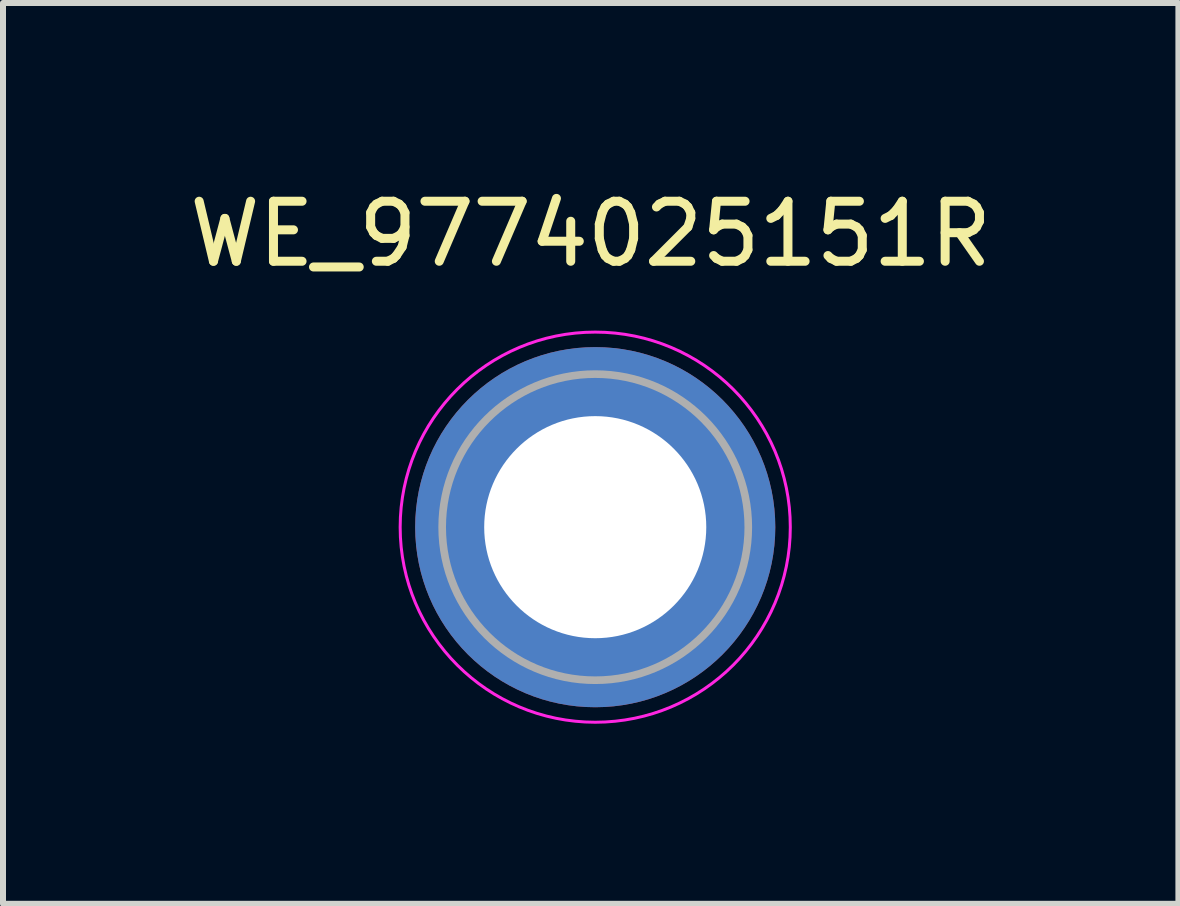
<source format=kicad_pcb>
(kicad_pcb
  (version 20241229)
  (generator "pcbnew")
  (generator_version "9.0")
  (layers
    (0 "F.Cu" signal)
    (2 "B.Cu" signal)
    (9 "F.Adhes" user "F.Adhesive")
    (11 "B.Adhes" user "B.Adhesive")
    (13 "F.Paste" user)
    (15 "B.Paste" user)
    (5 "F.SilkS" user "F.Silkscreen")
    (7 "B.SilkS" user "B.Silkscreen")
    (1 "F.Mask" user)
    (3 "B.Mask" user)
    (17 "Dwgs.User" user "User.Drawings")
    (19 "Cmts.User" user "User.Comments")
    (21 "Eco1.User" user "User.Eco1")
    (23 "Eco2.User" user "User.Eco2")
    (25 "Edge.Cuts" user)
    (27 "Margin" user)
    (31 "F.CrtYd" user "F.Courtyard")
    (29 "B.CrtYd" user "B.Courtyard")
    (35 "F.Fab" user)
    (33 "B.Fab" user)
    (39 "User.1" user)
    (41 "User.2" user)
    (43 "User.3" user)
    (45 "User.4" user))
  (footprint "WE_9774025151R"
    (layer "F.Cu")
    (at 6.867 5.733)
    (property "Reference" "WE_9774025151R" (at -0.075 -4.885 0) (layer "F.SilkS") (effects (font (size 1 1) (thickness 0.15))))
    (attr smd)
    (fp_poly (pts (xy -1.873 -0.325) (xy -2.901 -0.325) (xy -2.887 -0.439) (xy -2.864 -0.569) (xy -2.835 -0.698) (xy -2.801 -0.826) (xy -2.76 -0.952) (xy -2.715 -1.076) (xy -2.663 -1.198) (xy -2.606 -1.318) (xy -2.544 -1.434) (xy -2.476 -1.548) (xy -2.403 -1.659) (xy -2.326 -1.766) (xy -2.243 -1.87) (xy -2.156 -1.969) (xy -2.065 -2.065) (xy -1.969 -2.156) (xy -1.87 -2.243) (xy -1.766 -2.326) (xy -1.659 -2.403) (xy -1.548 -2.476) (xy -1.434 -2.544) (xy -1.318 -2.606) (xy -1.198 -2.663) (xy -1.076 -2.715) (xy -0.952 -2.76) (xy -0.826 -2.801) (xy -0.698 -2.835) (xy -0.569 -2.864) (xy -0.439 -2.887) (xy -0.325 -2.901) (xy -0.325 -1.872) (xy -0.401 -1.857) (xy -0.477 -1.839) (xy -0.551 -1.818) (xy -0.625 -1.793) (xy -0.698 -1.766) (xy -0.77 -1.736) (xy -0.84 -1.703) (xy -0.909 -1.667) (xy -0.976 -1.628) (xy -1.042 -1.587) (xy -1.106 -1.543) (xy -1.168 -1.497) (xy -1.228 -1.447) (xy -1.287 -1.396) (xy -1.343 -1.342) (xy -1.397 -1.286) (xy -1.448 -1.228) (xy -1.497 -1.168) (xy -1.544 -1.106) (xy -1.588 -1.042) (xy -1.629 -0.976) (xy -1.668 -0.908) (xy -1.704 -0.839) (xy -1.737 -0.769) (xy -1.767 -0.698) (xy -1.794 -0.625) (xy -1.818 -0.551) (xy -1.839 -0.476) (xy -1.857 -0.401) (xy -1.873 -0.325) (xy -1.873 -0.325)) (stroke (width 0.01) (type solid)) (fill yes) (layer "F.Paste"))
    (fp_poly (pts (xy -0.325 1.873) (xy -0.325 2.901) (xy -0.439 2.887) (xy -0.569 2.864) (xy -0.698 2.835) (xy -0.826 2.801) (xy -0.952 2.76) (xy -1.076 2.715) (xy -1.198 2.663) (xy -1.318 2.606) (xy -1.434 2.544) (xy -1.548 2.476) (xy -1.659 2.403) (xy -1.766 2.326) (xy -1.87 2.243) (xy -1.969 2.156) (xy -2.065 2.065) (xy -2.156 1.969) (xy -2.243 1.87) (xy -2.326 1.766) (xy -2.403 1.659) (xy -2.476 1.548) (xy -2.544 1.434) (xy -2.606 1.318) (xy -2.663 1.198) (xy -2.715 1.076) (xy -2.76 0.952) (xy -2.801 0.826) (xy -2.835 0.698) (xy -2.864 0.569) (xy -2.887 0.439) (xy -2.901 0.325) (xy -1.872 0.325) (xy -1.857 0.401) (xy -1.839 0.477) (xy -1.818 0.551) (xy -1.793 0.625) (xy -1.766 0.698) (xy -1.736 0.77) (xy -1.703 0.84) (xy -1.667 0.909) (xy -1.628 0.976) (xy -1.587 1.042) (xy -1.543 1.106) (xy -1.497 1.168) (xy -1.447 1.228) (xy -1.396 1.287) (xy -1.342 1.343) (xy -1.286 1.397) (xy -1.228 1.448) (xy -1.168 1.497) (xy -1.106 1.544) (xy -1.042 1.588) (xy -0.976 1.629) (xy -0.908 1.668) (xy -0.839 1.704) (xy -0.769 1.737) (xy -0.698 1.767) (xy -0.625 1.794) (xy -0.551 1.818) (xy -0.476 1.839) (xy -0.401 1.857) (xy -0.325 1.873) (xy -0.325 1.873)) (stroke (width 0.01) (type solid)) (fill yes) (layer "F.Paste"))
    (fp_poly (pts (xy 0.325 -1.873) (xy 0.325 -2.901) (xy 0.439 -2.887) (xy 0.569 -2.864) (xy 0.698 -2.835) (xy 0.826 -2.801) (xy 0.952 -2.76) (xy 1.076 -2.715) (xy 1.198 -2.663) (xy 1.318 -2.606) (xy 1.434 -2.544) (xy 1.548 -2.476) (xy 1.659 -2.403) (xy 1.766 -2.326) (xy 1.87 -2.243) (xy 1.969 -2.156) (xy 2.065 -2.065) (xy 2.156 -1.969) (xy 2.243 -1.87) (xy 2.326 -1.766) (xy 2.403 -1.659) (xy 2.476 -1.548) (xy 2.544 -1.434) (xy 2.606 -1.318) (xy 2.663 -1.198) (xy 2.715 -1.076) (xy 2.76 -0.952) (xy 2.801 -0.826) (xy 2.835 -0.698) (xy 2.864 -0.569) (xy 2.887 -0.439) (xy 2.901 -0.325) (xy 1.872 -0.325) (xy 1.857 -0.401) (xy 1.839 -0.477) (xy 1.818 -0.551) (xy 1.793 -0.625) (xy 1.766 -0.698) (xy 1.736 -0.77) (xy 1.703 -0.84) (xy 1.667 -0.909) (xy 1.628 -0.976) (xy 1.587 -1.042) (xy 1.543 -1.106) (xy 1.497 -1.168) (xy 1.447 -1.228) (xy 1.396 -1.287) (xy 1.342 -1.343) (xy 1.286 -1.397) (xy 1.228 -1.448) (xy 1.168 -1.497) (xy 1.106 -1.544) (xy 1.042 -1.588) (xy 0.976 -1.629) (xy 0.908 -1.668) (xy 0.839 -1.704) (xy 0.769 -1.737) (xy 0.698 -1.767) (xy 0.625 -1.794) (xy 0.551 -1.818) (xy 0.476 -1.839) (xy 0.401 -1.857) (xy 0.325 -1.873) (xy 0.325 -1.873)) (stroke (width 0.01) (type solid)) (fill yes) (layer "F.Paste"))
    (fp_poly (pts (xy 1.873 0.325) (xy 2.901 0.325) (xy 2.887 0.439) (xy 2.864 0.569) (xy 2.835 0.698) (xy 2.801 0.826) (xy 2.76 0.952) (xy 2.715 1.076) (xy 2.663 1.198) (xy 2.606 1.318) (xy 2.544 1.434) (xy 2.476 1.548) (xy 2.403 1.659) (xy 2.326 1.766) (xy 2.243 1.87) (xy 2.156 1.969) (xy 2.065 2.065) (xy 1.969 2.156) (xy 1.87 2.243) (xy 1.766 2.326) (xy 1.659 2.403) (xy 1.548 2.476) (xy 1.434 2.544) (xy 1.318 2.606) (xy 1.198 2.663) (xy 1.076 2.715) (xy 0.952 2.76) (xy 0.826 2.801) (xy 0.698 2.835) (xy 0.569 2.864) (xy 0.439 2.887) (xy 0.325 2.901) (xy 0.325 1.872) (xy 0.401 1.857) (xy 0.477 1.839) (xy 0.551 1.818) (xy 0.625 1.793) (xy 0.698 1.766) (xy 0.77 1.736) (xy 0.84 1.703) (xy 0.909 1.667) (xy 0.976 1.628) (xy 1.042 1.587) (xy 1.106 1.543) (xy 1.168 1.497) (xy 1.228 1.447) (xy 1.287 1.396) (xy 1.343 1.342) (xy 1.397 1.286) (xy 1.448 1.228) (xy 1.497 1.168) (xy 1.544 1.106) (xy 1.588 1.042) (xy 1.629 0.976) (xy 1.668 0.908) (xy 1.704 0.839) (xy 1.737 0.769) (xy 1.767 0.698) (xy 1.794 0.625) (xy 1.818 0.551) (xy 1.839 0.476) (xy 1.857 0.401) (xy 1.873 0.325) (xy 1.873 0.325)) (stroke (width 0.01) (type solid)) (fill yes) (layer "F.Paste"))
    (fp_circle (center 0 0) (end 3.25 0) (stroke (width 0.05) (type solid)) (fill no) (layer "F.CrtYd"))
    (fp_circle (center 0 0) (end 2.55 0) (stroke (width 0.127) (type solid)) (fill no) (layer "F.Fab"))
    (pad "" np_thru_hole circle (at 0 0) (size 6 6) (drill 3.7) (layers "*.Cu" "*.Mask")))
  (gr_rect
    (start -3 -3)
    (end 16.583 12.008)
    (stroke (width 0.1) (type default))
    (fill no)
    (layer "Edge.Cuts")))
</source>
